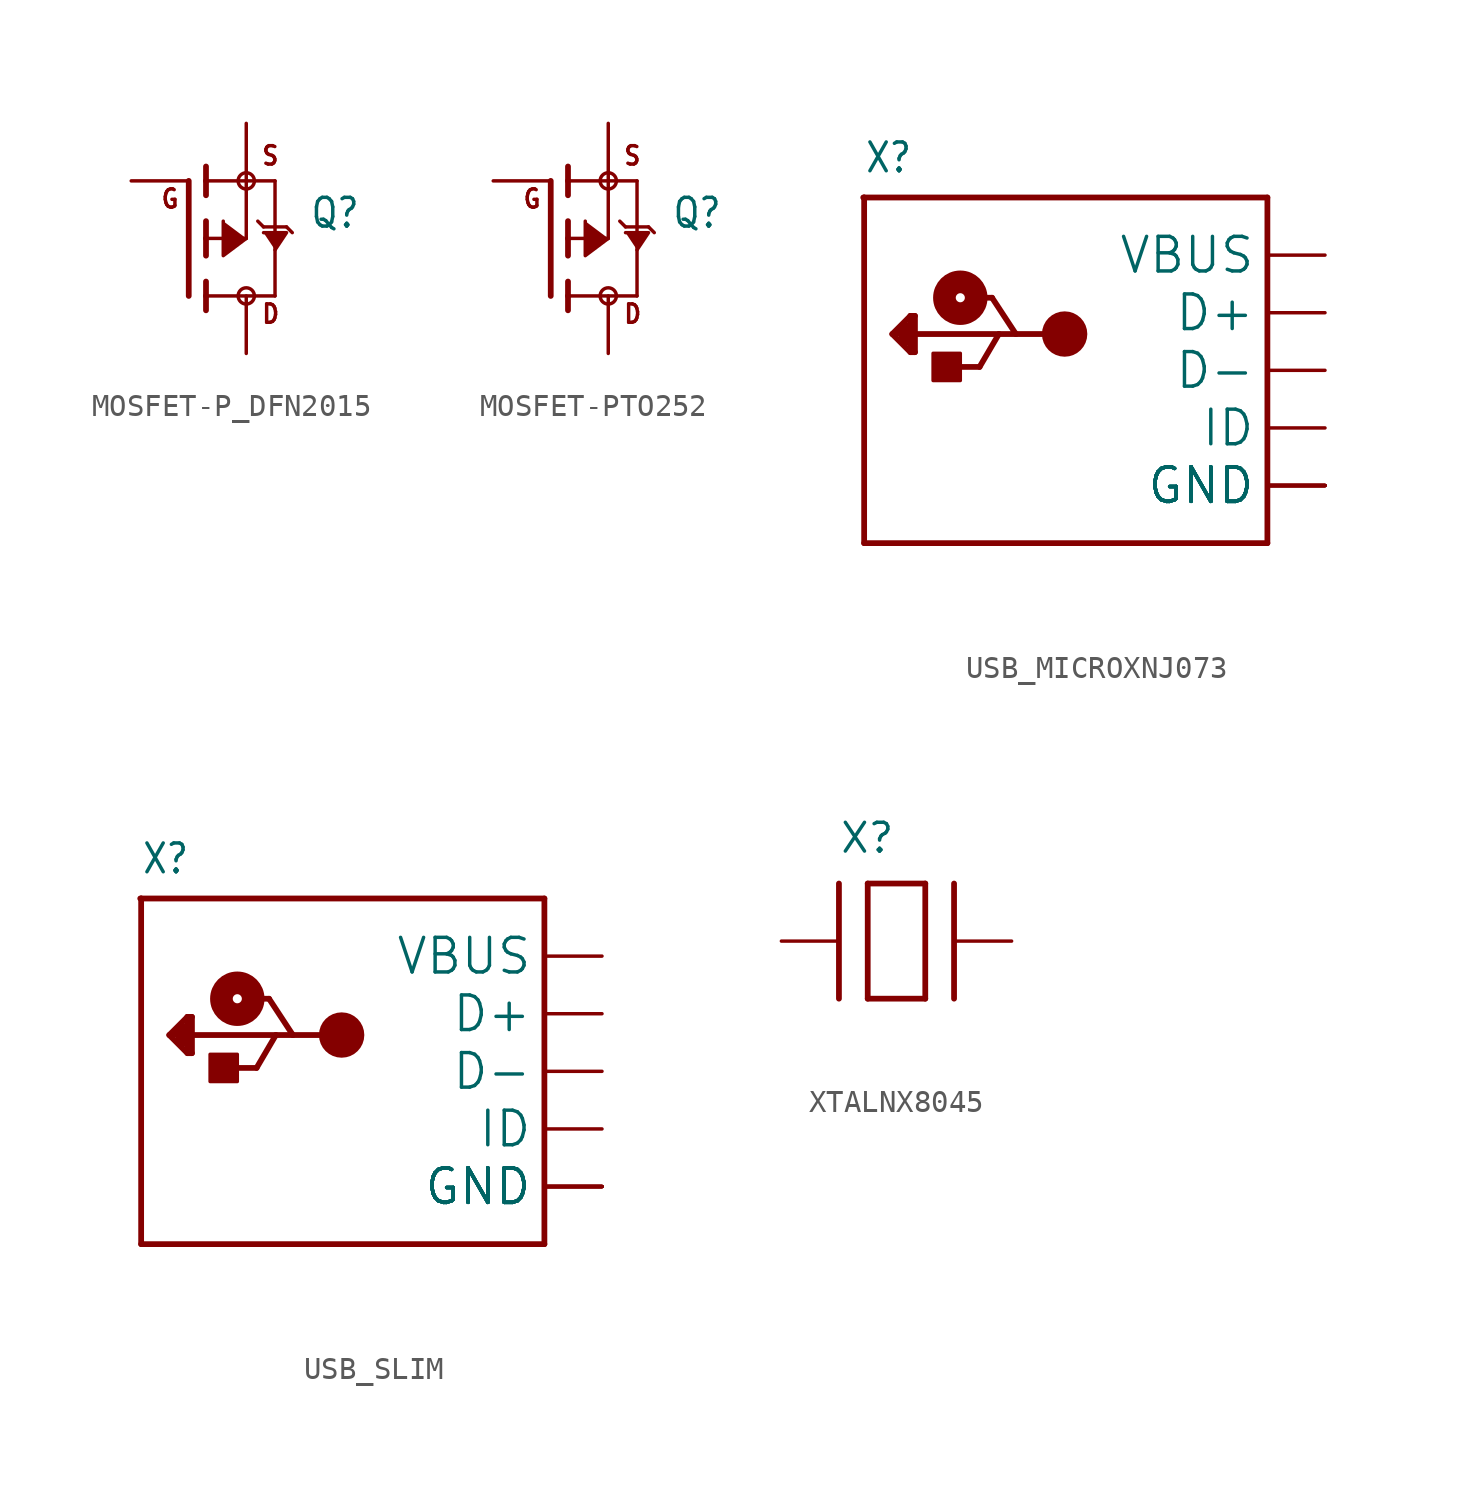
<source format=kicad_sym>
(kicad_symbol_lib
  (version 20241209)
  (generator "kicad_symbol_editor")
  (generator_version "9.0")
  (symbol "MOSFET-P_DFN2015"
    (property "Reference" "Q"
      (at 2.794 0.381 0)
      (effects (font (size 1.27 1.079)) (justify left bottom)))
    (property "Value" ""
      (at 2.794 -1.905 0)
      (effects (font (size 1.27 1.079)) (justify left bottom)))
    (property "ki_locked" ""
      (at 0 0 0)
      (effects (font (size 1.27 1.27))))
    (symbol "MOSFET-P_DFN2015_1_0"
      (polyline (pts (xy -2.54 -2.54) (xy -2.54 2.54)) (stroke (width 0.254) (type solid)) (fill (type none)))
      (polyline (pts (xy -1.778 2.54) (xy -1.778 3.175)) (stroke (width 0.254) (type solid)) (fill (type none)))
      (polyline (pts (xy -1.778 1.905) (xy -1.778 2.54)) (stroke (width 0.254) (type solid)) (fill (type none)))
      (polyline (pts (xy -1.778 0) (xy -1.778 0.762)) (stroke (width 0.254) (type solid)) (fill (type none)))
      (polyline (pts (xy -1.778 0) (xy 0 0)) (stroke (width 0.152) (type solid)) (fill (type none)))
      (polyline (pts (xy -1.778 -0.762) (xy -1.778 0)) (stroke (width 0.254) (type solid)) (fill (type none)))
      (polyline (pts (xy -1.778 -2.54) (xy -1.778 -1.905)) (stroke (width 0.254) (type solid)) (fill (type none)))
      (polyline (pts (xy -1.778 -2.54) (xy 1.27 -2.54)) (stroke (width 0.152) (type solid)) (fill (type none)))
      (polyline (pts (xy -1.778 -3.175) (xy -1.778 -2.54)) (stroke (width 0.254) (type solid)) (fill (type none)))
      (circle (center 0 2.54) (radius 0.359) (stroke (width 0) (type solid)) (fill (type none)))
      (polyline (pts (xy 0 2.54) (xy -1.778 2.54)) (stroke (width 0.152) (type solid)) (fill (type none)))
      (polyline (pts (xy 0 2.54) (xy 1.27 2.54)) (stroke (width 0.152) (type solid)) (fill (type none)))
      (polyline (pts (xy 0 0) (xy 0 2.54)) (stroke (width 0.152) (type solid)) (fill (type none)))
      (polyline (pts (xy 0 0) (xy -1.016 -0.762) (xy -1.016 0.762)) (stroke (width 0.152) (type solid)) (fill (type outline)))
      (circle (center 0 -2.54) (radius 0.359) (stroke (width 0) (type solid)) (fill (type none)))
      (polyline (pts (xy 0.508 0.762) (xy 0.762 0.508)) (stroke (width 0.152) (type solid)) (fill (type none)))
      (polyline (pts (xy 0.762 0.508) (xy 1.27 0.508)) (stroke (width 0.152) (type solid)) (fill (type none)))
      (polyline (pts (xy 1.27 0.508) (xy 1.27 2.54)) (stroke (width 0.152) (type solid)) (fill (type none)))
      (polyline (pts (xy 1.27 0.508) (xy 1.778 0.508)) (stroke (width 0.152) (type solid)) (fill (type none)))
      (polyline (pts (xy 1.27 -0.508) (xy 1.778 0.254) (xy 0.762 0.254)) (stroke (width 0.152) (type solid)) (fill (type outline)))
      (polyline (pts (xy 1.27 -2.54) (xy 1.27 0.508)) (stroke (width 0.152) (type solid)) (fill (type none)))
      (polyline (pts (xy 1.778 0.508) (xy 2.032 0.254)) (stroke (width 0.152) (type solid)) (fill (type none)))
      (text "G" (at -3.81 1.27 0) (effects (font (size 0.813 0.691)) (justify left bottom)))
      (text "S" (at 0.635 3.175 0) (effects (font (size 0.813 0.691)) (justify left bottom)))
      (text "D" (at 0.635 -3.81 0) (effects (font (size 0.813 0.691)) (justify left bottom)))
      (pin passive line (at -5.08 2.54 0) (length 2.54) (name "G" (effects (font (size 0 0)))) (number "1" (effects (font (size 0 0)))))
      (pin passive line (at 0 5.08 270) (length 2.54) (name "S" (effects (font (size 0 0)))) (number "2" (effects (font (size 0 0)))))
      (pin passive line (at 0 -5.08 90) (length 2.54) (name "D" (effects (font (size 0 0)))) (number "3" (effects (font (size 0 0)))))))
  (symbol "MOSFET-PTO252"
    (property "Reference" "Q"
      (at 2.794 0.381 0)
      (effects (font (size 1.27 1.079)) (justify left bottom)))
    (property "Value" ""
      (at 2.794 -1.905 0)
      (effects (font (size 1.27 1.079)) (justify left bottom)))
    (property "ki_locked" ""
      (at 0 0 0)
      (effects (font (size 1.27 1.27))))
    (symbol "MOSFET-PTO252_1_0"
      (polyline (pts (xy -2.54 -2.54) (xy -2.54 2.54)) (stroke (width 0.254) (type solid)) (fill (type none)))
      (polyline (pts (xy -1.778 2.54) (xy -1.778 3.175)) (stroke (width 0.254) (type solid)) (fill (type none)))
      (polyline (pts (xy -1.778 1.905) (xy -1.778 2.54)) (stroke (width 0.254) (type solid)) (fill (type none)))
      (polyline (pts (xy -1.778 0) (xy -1.778 0.762)) (stroke (width 0.254) (type solid)) (fill (type none)))
      (polyline (pts (xy -1.778 0) (xy 0 0)) (stroke (width 0.152) (type solid)) (fill (type none)))
      (polyline (pts (xy -1.778 -0.762) (xy -1.778 0)) (stroke (width 0.254) (type solid)) (fill (type none)))
      (polyline (pts (xy -1.778 -2.54) (xy -1.778 -1.905)) (stroke (width 0.254) (type solid)) (fill (type none)))
      (polyline (pts (xy -1.778 -2.54) (xy 1.27 -2.54)) (stroke (width 0.152) (type solid)) (fill (type none)))
      (polyline (pts (xy -1.778 -3.175) (xy -1.778 -2.54)) (stroke (width 0.254) (type solid)) (fill (type none)))
      (circle (center 0 2.54) (radius 0.359) (stroke (width 0) (type solid)) (fill (type none)))
      (polyline (pts (xy 0 2.54) (xy -1.778 2.54)) (stroke (width 0.152) (type solid)) (fill (type none)))
      (polyline (pts (xy 0 2.54) (xy 1.27 2.54)) (stroke (width 0.152) (type solid)) (fill (type none)))
      (polyline (pts (xy 0 0) (xy 0 2.54)) (stroke (width 0.152) (type solid)) (fill (type none)))
      (polyline (pts (xy 0 0) (xy -1.016 -0.762) (xy -1.016 0.762)) (stroke (width 0.152) (type solid)) (fill (type outline)))
      (circle (center 0 -2.54) (radius 0.359) (stroke (width 0) (type solid)) (fill (type none)))
      (polyline (pts (xy 0.508 0.762) (xy 0.762 0.508)) (stroke (width 0.152) (type solid)) (fill (type none)))
      (polyline (pts (xy 0.762 0.508) (xy 1.27 0.508)) (stroke (width 0.152) (type solid)) (fill (type none)))
      (polyline (pts (xy 1.27 0.508) (xy 1.27 2.54)) (stroke (width 0.152) (type solid)) (fill (type none)))
      (polyline (pts (xy 1.27 0.508) (xy 1.778 0.508)) (stroke (width 0.152) (type solid)) (fill (type none)))
      (polyline (pts (xy 1.27 -0.508) (xy 1.778 0.254) (xy 0.762 0.254)) (stroke (width 0.152) (type solid)) (fill (type outline)))
      (polyline (pts (xy 1.27 -2.54) (xy 1.27 0.508)) (stroke (width 0.152) (type solid)) (fill (type none)))
      (polyline (pts (xy 1.778 0.508) (xy 2.032 0.254)) (stroke (width 0.152) (type solid)) (fill (type none)))
      (text "G" (at -3.81 1.27 0) (effects (font (size 0.813 0.691)) (justify left bottom)))
      (text "S" (at 0.635 3.175 0) (effects (font (size 0.813 0.691)) (justify left bottom)))
      (text "D" (at 0.635 -3.81 0) (effects (font (size 0.813 0.691)) (justify left bottom)))
      (pin passive line (at -5.08 2.54 0) (length 2.54) (name "G" (effects (font (size 0 0)))) (number "1" (effects (font (size 0 0)))))
      (pin passive line (at 0 5.08 270) (length 2.54) (name "S" (effects (font (size 0 0)))) (number "2" (effects (font (size 0 0)))))
      (pin passive line (at 0 -5.08 90) (length 2.54) (name "D" (effects (font (size 0 0)))) (number "3" (effects (font (size 0 0)))))))
  (symbol "USB_MICROXNJ073"
    (property "Reference" "X"
      (at -10.16 8.636 0)
      (effects (font (size 1.27 1.079)) (justify left bottom)))
    (property "Value" ""
      (at -10.16 -10.16 0)
      (effects (font (size 1.27 1.079)) (justify left bottom)))
    (property "ki_locked" ""
      (at 0 0 0)
      (effects (font (size 1.27 1.27))))
    (symbol "USB_MICROXNJ073_1_0"
      (polyline (pts (xy -10.2 7.62) (xy -10.16 7.62)) (stroke (width 0.254) (type solid)) (fill (type none)))
      (polyline (pts (xy -10.16 7.62) (xy -10.16 -7.62)) (stroke (width 0.254) (type solid)) (fill (type none)))
      (polyline (pts (xy -10.16 7.62) (xy 7.62 7.62)) (stroke (width 0.254) (type solid)) (fill (type none)))
      (polyline (pts (xy -10.16 -7.62) (xy 7.62 -7.62)) (stroke (width 0.254) (type solid)) (fill (type none)))
      (polyline (pts (xy -8.92 1.6) (xy -8.12 2.4)) (stroke (width 0.254) (type solid)) (fill (type none)))
      (polyline (pts (xy -8.52 1.6) (xy -8.52 1.4)) (stroke (width 0.254) (type solid)) (fill (type none)))
      (polyline (pts (xy -8.52 1.4) (xy -8.32 1.2)) (stroke (width 0.254) (type solid)) (fill (type none)))
      (polyline (pts (xy -8.32 2) (xy -8.72 1.6)) (stroke (width 0.254) (type solid)) (fill (type none)))
      (polyline (pts (xy -8.32 1.2) (xy -8.32 2)) (stroke (width 0.254) (type solid)) (fill (type none)))
      (polyline (pts (xy -8.12 2.4) (xy -7.92 2.4)) (stroke (width 0.254) (type solid)) (fill (type none)))
      (polyline (pts (xy -8.12 1) (xy -8.12 2.4)) (stroke (width 0.254) (type solid)) (fill (type none)))
      (polyline (pts (xy -8.12 0.8) (xy -8.92 1.6)) (stroke (width 0.254) (type solid)) (fill (type none)))
      (polyline (pts (xy -7.92 2.4) (xy -7.92 1.6)) (stroke (width 0.254) (type solid)) (fill (type none)))
      (polyline (pts (xy -7.92 1.6) (xy -7.92 0.8)) (stroke (width 0.254) (type solid)) (fill (type none)))
      (polyline (pts (xy -7.92 0.8) (xy -8.12 0.8)) (stroke (width 0.254) (type solid)) (fill (type none)))
      (rectangle (start -7.12 -0.45) (end -5.92 0.75) (stroke (width 0) (type default)) (fill (type outline)))
      (polyline (pts (xy -6.27 0.15) (xy -5.07 0.15)) (stroke (width 0.254) (type solid)) (fill (type none)))
      (circle (center -5.92 3.2) (radius 0.2) (stroke (width 1) (type solid)) (fill (type none)))
      (polyline (pts (xy -5.52 3.2) (xy -4.52 3.2)) (stroke (width 0.254) (type solid)) (fill (type none)))
      (polyline (pts (xy -5.07 0.15) (xy -4.22 1.6)) (stroke (width 0.254) (type solid)) (fill (type none)))
      (polyline (pts (xy -4.52 3.2) (xy -3.47 1.6)) (stroke (width 0.254) (type solid)) (fill (type none)))
      (polyline (pts (xy -4.22 1.6) (xy -7.92 1.6)) (stroke (width 0.254) (type solid)) (fill (type none)))
      (polyline (pts (xy -3.47 1.6) (xy -4.22 1.6)) (stroke (width 0.254) (type solid)) (fill (type none)))
      (circle (center -1.32 1.6) (radius 0.5) (stroke (width 1) (type solid)) (fill (type none)))
      (polyline (pts (xy -1.32 1.6) (xy -3.47 1.6)) (stroke (width 0.254) (type solid)) (fill (type none)))
      (polyline (pts (xy 7.62 7.62) (xy 7.62 -7.62)) (stroke (width 0.254) (type solid)) (fill (type none)))
      (pin power_in line (at 10.16 5.08 180) (length 2.54) (name "VBUS" (effects (font (size 1.524 1.524)))) (number "VBUS" (effects (font (size 0 0)))))
      (pin bidirectional line (at 10.16 2.54 180) (length 2.54) (name "D+" (effects (font (size 1.524 1.524)))) (number "D+" (effects (font (size 0 0)))))
      (pin bidirectional line (at 10.16 0 180) (length 2.54) (name "D-" (effects (font (size 1.524 1.524)))) (number "D-" (effects (font (size 0 0)))))
      (pin bidirectional line (at 10.16 -2.54 180) (length 2.54) (name "ID" (effects (font (size 1.524 1.524)))) (number "ID" (effects (font (size 0 0)))))
      (pin power_in line (at 10.16 -5.08 180) (length 2.54) (name "GND" (effects (font (size 1.524 1.524)))) (number "BASE@1" (effects (font (size 0 0)))))
      (pin power_in line (at 10.16 -5.08 180) (length 2.54) (name "GND" (effects (font (size 1.524 1.524)))) (number "BASE@2" (effects (font (size 0 0)))))
      (pin power_in line (at 10.16 -5.08 180) (length 2.54) (name "GND" (effects (font (size 1.524 1.524)))) (number "GND" (effects (font (size 0 0)))))
      (pin power_in line (at 10.16 -5.08 180) (length 2.54) (name "GND" (effects (font (size 1.524 1.524)))) (number "SPRT@1" (effects (font (size 0 0)))))
      (pin power_in line (at 10.16 -5.08 180) (length 2.54) (name "GND" (effects (font (size 1.524 1.524)))) (number "SPRT@2" (effects (font (size 0 0)))))
      (pin power_in line (at 10.16 -5.08 180) (length 2.54) (name "GND" (effects (font (size 1.524 1.524)))) (number "SPRT@3" (effects (font (size 0 0)))))
      (pin power_in line (at 10.16 -5.08 180) (length 2.54) (name "GND" (effects (font (size 1.524 1.524)))) (number "SPRT@4" (effects (font (size 0 0)))))))
  (symbol "USB_SLIM"
    (property "Reference" "X"
      (at -10.16 8.636 0)
      (effects (font (size 1.27 1.079)) (justify left bottom)))
    (property "Value" ""
      (at -10.16 -10.16 0)
      (effects (font (size 1.27 1.079)) (justify left bottom)))
    (property "ki_locked" ""
      (at 0 0 0)
      (effects (font (size 1.27 1.27))))
    (symbol "USB_SLIM_1_0"
      (polyline (pts (xy -10.2 7.62) (xy -10.16 7.62)) (stroke (width 0.254) (type solid)) (fill (type none)))
      (polyline (pts (xy -10.16 7.62) (xy -10.16 -7.62)) (stroke (width 0.254) (type solid)) (fill (type none)))
      (polyline (pts (xy -10.16 7.62) (xy 7.62 7.62)) (stroke (width 0.254) (type solid)) (fill (type none)))
      (polyline (pts (xy -10.16 -7.62) (xy 7.62 -7.62)) (stroke (width 0.254) (type solid)) (fill (type none)))
      (polyline (pts (xy -8.92 1.6) (xy -8.12 2.4)) (stroke (width 0.254) (type solid)) (fill (type none)))
      (polyline (pts (xy -8.52 1.6) (xy -8.52 1.4)) (stroke (width 0.254) (type solid)) (fill (type none)))
      (polyline (pts (xy -8.52 1.4) (xy -8.32 1.2)) (stroke (width 0.254) (type solid)) (fill (type none)))
      (polyline (pts (xy -8.32 2) (xy -8.72 1.6)) (stroke (width 0.254) (type solid)) (fill (type none)))
      (polyline (pts (xy -8.32 1.2) (xy -8.32 2)) (stroke (width 0.254) (type solid)) (fill (type none)))
      (polyline (pts (xy -8.12 2.4) (xy -7.92 2.4)) (stroke (width 0.254) (type solid)) (fill (type none)))
      (polyline (pts (xy -8.12 1) (xy -8.12 2.4)) (stroke (width 0.254) (type solid)) (fill (type none)))
      (polyline (pts (xy -8.12 0.8) (xy -8.92 1.6)) (stroke (width 0.254) (type solid)) (fill (type none)))
      (polyline (pts (xy -7.92 2.4) (xy -7.92 1.6)) (stroke (width 0.254) (type solid)) (fill (type none)))
      (polyline (pts (xy -7.92 1.6) (xy -7.92 0.8)) (stroke (width 0.254) (type solid)) (fill (type none)))
      (polyline (pts (xy -7.92 0.8) (xy -8.12 0.8)) (stroke (width 0.254) (type solid)) (fill (type none)))
      (rectangle (start -7.12 -0.45) (end -5.92 0.75) (stroke (width 0) (type default)) (fill (type outline)))
      (polyline (pts (xy -6.27 0.15) (xy -5.07 0.15)) (stroke (width 0.254) (type solid)) (fill (type none)))
      (circle (center -5.92 3.2) (radius 0.2) (stroke (width 1) (type solid)) (fill (type none)))
      (polyline (pts (xy -5.52 3.2) (xy -4.52 3.2)) (stroke (width 0.254) (type solid)) (fill (type none)))
      (polyline (pts (xy -5.07 0.15) (xy -4.22 1.6)) (stroke (width 0.254) (type solid)) (fill (type none)))
      (polyline (pts (xy -4.52 3.2) (xy -3.47 1.6)) (stroke (width 0.254) (type solid)) (fill (type none)))
      (polyline (pts (xy -4.22 1.6) (xy -7.92 1.6)) (stroke (width 0.254) (type solid)) (fill (type none)))
      (polyline (pts (xy -3.47 1.6) (xy -4.22 1.6)) (stroke (width 0.254) (type solid)) (fill (type none)))
      (circle (center -1.32 1.6) (radius 0.5) (stroke (width 1) (type solid)) (fill (type none)))
      (polyline (pts (xy -1.32 1.6) (xy -3.47 1.6)) (stroke (width 0.254) (type solid)) (fill (type none)))
      (polyline (pts (xy 7.62 7.62) (xy 7.62 -7.62)) (stroke (width 0.254) (type solid)) (fill (type none)))
      (pin power_in line (at 10.16 5.08 180) (length 2.54) (name "VBUS" (effects (font (size 1.524 1.524)))) (number "VBUS" (effects (font (size 0 0)))))
      (pin bidirectional line (at 10.16 2.54 180) (length 2.54) (name "D+" (effects (font (size 1.524 1.524)))) (number "D+" (effects (font (size 0 0)))))
      (pin bidirectional line (at 10.16 0 180) (length 2.54) (name "D-" (effects (font (size 1.524 1.524)))) (number "D-" (effects (font (size 0 0)))))
      (pin bidirectional line (at 10.16 -2.54 180) (length 2.54) (name "ID" (effects (font (size 1.524 1.524)))) (number "ID" (effects (font (size 0 0)))))
      (pin power_in line (at 10.16 -5.08 180) (length 2.54) (name "GND" (effects (font (size 1.524 1.524)))) (number "BASE@1" (effects (font (size 0 0)))))
      (pin power_in line (at 10.16 -5.08 180) (length 2.54) (name "GND" (effects (font (size 1.524 1.524)))) (number "BASE@2" (effects (font (size 0 0)))))
      (pin power_in line (at 10.16 -5.08 180) (length 2.54) (name "GND" (effects (font (size 1.524 1.524)))) (number "GND" (effects (font (size 0 0)))))
      (pin power_in line (at 10.16 -5.08 180) (length 2.54) (name "GND" (effects (font (size 1.524 1.524)))) (number "SPRT@1" (effects (font (size 0 0)))))
      (pin power_in line (at 10.16 -5.08 180) (length 2.54) (name "GND" (effects (font (size 1.524 1.524)))) (number "SPRT@2" (effects (font (size 0 0)))))
      (pin power_in line (at 10.16 -5.08 180) (length 2.54) (name "GND" (effects (font (size 1.524 1.524)))) (number "SPRT@3" (effects (font (size 0 0)))))
      (pin power_in line (at 10.16 -5.08 180) (length 2.54) (name "GND" (effects (font (size 1.524 1.524)))) (number "SPRT@4" (effects (font (size 0 0)))))))
  (symbol "XTALNX8045"
    (property "Reference" "X"
      (at -2.54 3.81 0)
      (effects (font (size 1.27 1.27)) (justify left bottom)))
    (property "Value" ""
      (at -3.81 -5.08 0)
      (effects (font (size 1.27 1.27)) (justify left bottom)))
    (property "ki_locked" ""
      (at 0 0 0)
      (effects (font (size 1.27 1.27))))
    (symbol "XTALNX8045_1_0"
      (polyline (pts (xy -2.54 2.54) (xy -2.54 -2.54)) (stroke (width 0.254) (type solid)) (fill (type none)))
      (polyline (pts (xy -1.27 2.54) (xy -1.27 -2.54)) (stroke (width 0.254) (type solid)) (fill (type none)))
      (polyline (pts (xy -1.27 -2.54) (xy 1.27 -2.54)) (stroke (width 0.254) (type solid)) (fill (type none)))
      (polyline (pts (xy 1.27 2.54) (xy -1.27 2.54)) (stroke (width 0.254) (type solid)) (fill (type none)))
      (polyline (pts (xy 1.27 -2.54) (xy 1.27 2.54)) (stroke (width 0.254) (type solid)) (fill (type none)))
      (polyline (pts (xy 2.54 2.54) (xy 2.54 -2.54)) (stroke (width 0.254) (type solid)) (fill (type none)))
      (pin bidirectional line (at -5.08 0 0) (length 2.54) (name "P$1" (effects (font (size 0 0)))) (number "P$1" (effects (font (size 0 0)))))
      (pin bidirectional line (at 5.08 0 180) (length 2.54) (name "P$2" (effects (font (size 0 0)))) (number "P$2" (effects (font (size 0 0))))))))
</source>
